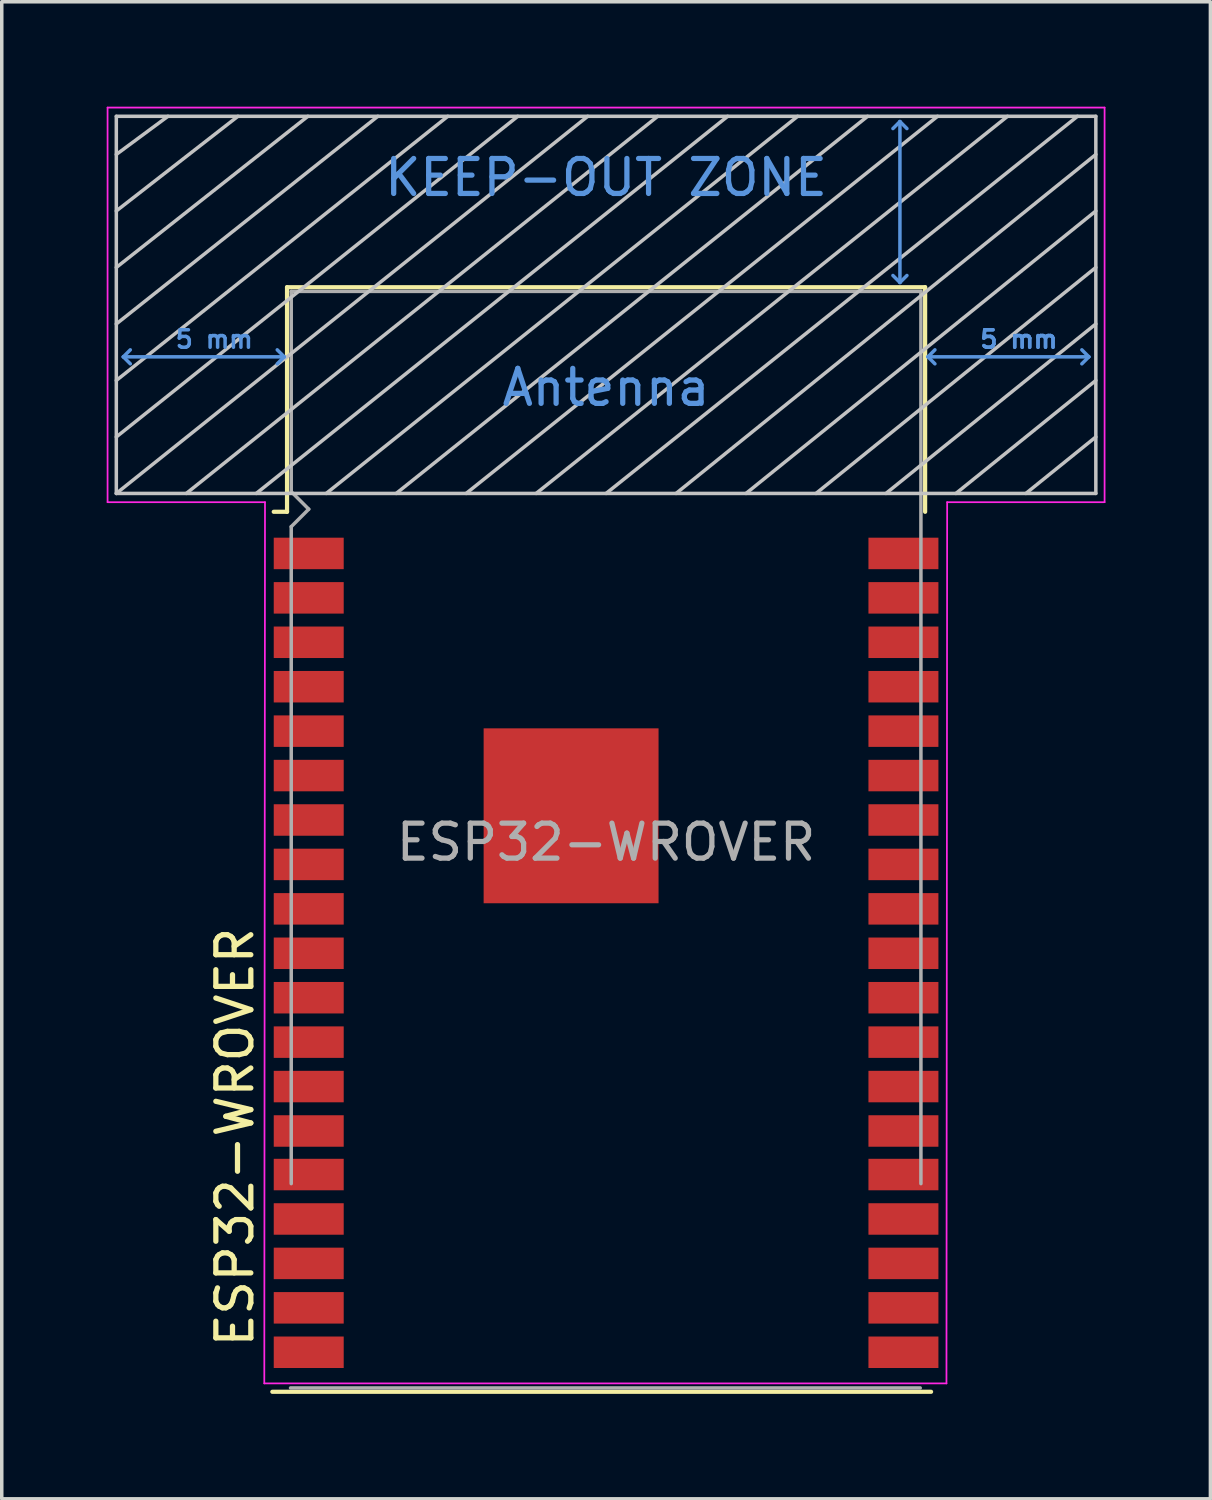
<source format=kicad_pcb>
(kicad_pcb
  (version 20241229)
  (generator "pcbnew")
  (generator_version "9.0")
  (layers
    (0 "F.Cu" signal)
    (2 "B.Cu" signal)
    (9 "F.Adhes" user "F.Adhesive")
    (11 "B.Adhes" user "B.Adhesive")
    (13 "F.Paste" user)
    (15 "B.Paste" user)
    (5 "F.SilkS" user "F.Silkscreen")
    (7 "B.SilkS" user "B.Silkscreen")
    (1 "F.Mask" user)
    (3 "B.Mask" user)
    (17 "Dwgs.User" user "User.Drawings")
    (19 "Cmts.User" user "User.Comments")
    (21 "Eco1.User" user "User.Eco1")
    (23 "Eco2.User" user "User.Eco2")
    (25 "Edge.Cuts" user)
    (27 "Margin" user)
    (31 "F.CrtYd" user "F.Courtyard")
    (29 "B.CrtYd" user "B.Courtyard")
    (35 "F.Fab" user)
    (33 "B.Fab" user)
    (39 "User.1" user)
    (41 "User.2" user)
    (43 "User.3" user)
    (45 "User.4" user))
  (footprint "ESP32-WROVER"
    (layer "F.Cu")
    (at 14.275 21.025)
    (property "Reference" "ESP32-WROVER" (at -10.61 8.43 90) (layer "F.SilkS") (effects (font (size 1 1) (thickness 0.15))))
    (attr smd)
    (fp_line (start -9.54 15.71) (end 9.29 15.71) (stroke (width 0.12) (type solid)) (layer "F.SilkS"))
    (fp_line (start -9.12 -15.865) (end -9.12 -9.445) (stroke (width 0.12) (type solid)) (layer "F.SilkS"))
    (fp_line (start -9.12 -15.865) (end 9.12 -15.865) (stroke (width 0.12) (type solid)) (layer "F.SilkS"))
    (fp_line (start -9.12 -9.445) (end -9.5 -9.445) (stroke (width 0.12) (type solid)) (layer "F.SilkS"))
    (fp_line (start 9.12 -15.865) (end 9.12 -9.445) (stroke (width 0.12) (type solid)) (layer "F.SilkS"))
    (fp_line (start -14 -9.97) (end -14 -20.75) (stroke (width 0.1) (type solid)) (layer "Dwgs.User"))
    (fp_line (start -12.525 -20.75) (end -14 -19.66) (stroke (width 0.1) (type solid)) (layer "Dwgs.User"))
    (fp_line (start -10.525 -20.75) (end -14 -18.045) (stroke (width 0.1) (type solid)) (layer "Dwgs.User"))
    (fp_line (start -8.525 -20.75) (end -14 -16.43) (stroke (width 0.1) (type solid)) (layer "Dwgs.User"))
    (fp_line (start -8 -9.97) (end 5.475 -20.75) (stroke (width 0.1) (type solid)) (layer "Dwgs.User"))
    (fp_line (start -6.525 -20.75) (end -14 -14.815) (stroke (width 0.1) (type solid)) (layer "Dwgs.User"))
    (fp_line (start -4.525 -20.75) (end -14 -13.2) (stroke (width 0.1) (type solid)) (layer "Dwgs.User"))
    (fp_line (start -2.525 -20.75) (end -14 -11.585) (stroke (width 0.1) (type solid)) (layer "Dwgs.User"))
    (fp_line (start -0.525 -20.75) (end -14 -9.97) (stroke (width 0.1) (type solid)) (layer "Dwgs.User"))
    (fp_line (start 1.475 -20.75) (end -12 -9.97) (stroke (width 0.1) (type solid)) (layer "Dwgs.User"))
    (fp_line (start 3.475 -20.75) (end -10 -9.97) (stroke (width 0.1) (type solid)) (layer "Dwgs.User"))
    (fp_line (start 7.475 -20.75) (end -6 -9.97) (stroke (width 0.1) (type solid)) (layer "Dwgs.User"))
    (fp_line (start 9.475 -20.75) (end -4 -9.97) (stroke (width 0.1) (type solid)) (layer "Dwgs.User"))
    (fp_line (start 11.475 -20.75) (end -2 -9.97) (stroke (width 0.1) (type solid)) (layer "Dwgs.User"))
    (fp_line (start 13.475 -20.75) (end 0 -9.97) (stroke (width 0.1) (type solid)) (layer "Dwgs.User"))
    (fp_line (start 14 -20.75) (end -14 -20.75) (stroke (width 0.1) (type solid)) (layer "Dwgs.User"))
    (fp_line (start 14 -19.66) (end 2 -9.97) (stroke (width 0.1) (type solid)) (layer "Dwgs.User"))
    (fp_line (start 14 -18.045) (end 4 -9.97) (stroke (width 0.1) (type solid)) (layer "Dwgs.User"))
    (fp_line (start 14 -16.43) (end 6 -9.97) (stroke (width 0.1) (type solid)) (layer "Dwgs.User"))
    (fp_line (start 14 -14.815) (end 8 -9.97) (stroke (width 0.1) (type solid)) (layer "Dwgs.User"))
    (fp_line (start 14 -13.2) (end 10 -9.97) (stroke (width 0.1) (type solid)) (layer "Dwgs.User"))
    (fp_line (start 14 -11.585) (end 12 -9.97) (stroke (width 0.1) (type solid)) (layer "Dwgs.User"))
    (fp_line (start 14 -9.97) (end -14 -9.97) (stroke (width 0.1) (type solid)) (layer "Dwgs.User"))
    (fp_line (start 14 -9.97) (end 14 -20.75) (stroke (width 0.1) (type solid)) (layer "Dwgs.User"))
    (fp_line (start -13.8 -13.875) (end -13.6 -14.075) (stroke (width 0.1) (type solid)) (layer "Cmts.User"))
    (fp_line (start -13.8 -13.875) (end -13.6 -13.675) (stroke (width 0.1) (type solid)) (layer "Cmts.User"))
    (fp_line (start -13.8 -13.875) (end -9.2 -13.875) (stroke (width 0.1) (type solid)) (layer "Cmts.User"))
    (fp_line (start -9.2 -13.875) (end -9.4 -14.075) (stroke (width 0.1) (type solid)) (layer "Cmts.User"))
    (fp_line (start -9.2 -13.875) (end -9.4 -13.675) (stroke (width 0.1) (type solid)) (layer "Cmts.User"))
    (fp_line (start 8.4 -20.6) (end 8.2 -20.4) (stroke (width 0.1) (type solid)) (layer "Cmts.User"))
    (fp_line (start 8.4 -20.6) (end 8.6 -20.4) (stroke (width 0.1) (type solid)) (layer "Cmts.User"))
    (fp_line (start 8.4 -16) (end 8.2 -16.2) (stroke (width 0.1) (type solid)) (layer "Cmts.User"))
    (fp_line (start 8.4 -16) (end 8.4 -20.6) (stroke (width 0.1) (type solid)) (layer "Cmts.User"))
    (fp_line (start 8.4 -16) (end 8.6 -16.2) (stroke (width 0.1) (type solid)) (layer "Cmts.User"))
    (fp_line (start 9.2 -13.875) (end 9.4 -14.075) (stroke (width 0.1) (type solid)) (layer "Cmts.User"))
    (fp_line (start 9.2 -13.875) (end 9.4 -13.675) (stroke (width 0.1) (type solid)) (layer "Cmts.User"))
    (fp_line (start 9.2 -13.875) (end 13.8 -13.875) (stroke (width 0.1) (type solid)) (layer "Cmts.User"))
    (fp_line (start 13.8 -13.875) (end 13.6 -14.075) (stroke (width 0.1) (type solid)) (layer "Cmts.User"))
    (fp_line (start 13.8 -13.875) (end 13.6 -13.675) (stroke (width 0.1) (type solid)) (layer "Cmts.User"))
    (fp_line (start -14.25 -21) (end -14.25 -9.72) (stroke (width 0.05) (type solid)) (layer "F.CrtYd"))
    (fp_line (start -14.25 -21) (end 14.25 -21) (stroke (width 0.05) (type solid)) (layer "F.CrtYd"))
    (fp_line (start -14.25 -9.72) (end -9.75 -9.72) (stroke (width 0.05) (type solid)) (layer "F.CrtYd"))
    (fp_line (start -9.77 15.47) (end -9.75 -9.72) (stroke (width 0.05) (type solid)) (layer "F.CrtYd"))
    (fp_line (start -9.77 15.47) (end 9.73 15.47) (stroke (width 0.05) (type solid)) (layer "F.CrtYd"))
    (fp_line (start 9.75 -9.72) (end 9.73 15.47) (stroke (width 0.05) (type solid)) (layer "F.CrtYd"))
    (fp_line (start 9.75 -9.72) (end 14.25 -9.72) (stroke (width 0.05) (type solid)) (layer "F.CrtYd"))
    (fp_line (start 14.25 -21) (end 14.25 -9.72) (stroke (width 0.05) (type solid)) (layer "F.CrtYd"))
    (fp_line (start -9.02 15.6) (end 8.98 15.6) (stroke (width 0.1) (type solid)) (layer "F.Fab"))
    (fp_line (start -9 -15.745) (end -9 -10.02) (stroke (width 0.1) (type solid)) (layer "F.Fab"))
    (fp_line (start -9 -15.745) (end 9 -15.745) (stroke (width 0.1) (type solid)) (layer "F.Fab"))
    (fp_line (start -9 -9.02) (end -9 9.76) (stroke (width 0.1) (type solid)) (layer "F.Fab"))
    (fp_line (start -9 -9.02) (end -8.5 -9.52) (stroke (width 0.1) (type solid)) (layer "F.Fab"))
    (fp_line (start -8.5 -9.52) (end -9 -10.02) (stroke (width 0.1) (type solid)) (layer "F.Fab"))
    (fp_line (start 9 9.76) (end 9 -15.745) (stroke (width 0.1) (type solid)) (layer "F.Fab"))
    (fp_text user "Antenna" (at 0 -13 180) (layer "Cmts.User") (effects (font (size 1 1) (thickness 0.15))))
    (fp_text user "KEEP-OUT ZONE" (at 0 -19 180) (layer "Cmts.User") (effects (font (size 1 1) (thickness 0.15))))
    (fp_text user "5 mm" (at 11.8 -14.375 180) (layer "Cmts.User") (effects (font (size 0.5 0.5) (thickness 0.1))))
    (fp_text user "5 mm" (at -11.2 -14.375 180) (layer "Cmts.User") (effects (font (size 0.5 0.5) (thickness 0.1))))
    (fp_text user "5 mm" (at 11.8 -14.375 180) (layer "Cmts.User") (effects (font (size 0.5 0.5) (thickness 0.1))))
    (fp_text user "${REFERENCE}" (at 0 0 180) (layer "F.Fab") (effects (font (size 1 1) (thickness 0.15))))
    (pad "1" smd rect (at -8.5 -8.255) (size 2 0.9) (layers "F.Cu" "F.Mask" "F.Paste"))
    (pad "2" smd rect (at -8.5 -6.985) (size 2 0.9) (layers "F.Cu" "F.Mask" "F.Paste"))
    (pad "3" smd rect (at -8.5 -5.715) (size 2 0.9) (layers "F.Cu" "F.Mask" "F.Paste"))
    (pad "4" smd rect (at -8.5 -4.445) (size 2 0.9) (layers "F.Cu" "F.Mask" "F.Paste"))
    (pad "5" smd rect (at -8.5 -3.175) (size 2 0.9) (layers "F.Cu" "F.Mask" "F.Paste"))
    (pad "6" smd rect (at -8.5 -1.905) (size 2 0.9) (layers "F.Cu" "F.Mask" "F.Paste"))
    (pad "7" smd rect (at -8.5 -0.635) (size 2 0.9) (layers "F.Cu" "F.Mask" "F.Paste"))
    (pad "8" smd rect (at -8.5 0.635) (size 2 0.9) (layers "F.Cu" "F.Mask" "F.Paste"))
    (pad "9" smd rect (at -8.5 1.905) (size 2 0.9) (layers "F.Cu" "F.Mask" "F.Paste"))
    (pad "10" smd rect (at -8.5 3.175) (size 2 0.9) (layers "F.Cu" "F.Mask" "F.Paste"))
    (pad "11" smd rect (at -8.5 4.445) (size 2 0.9) (layers "F.Cu" "F.Mask" "F.Paste"))
    (pad "12" smd rect (at -8.5 5.715) (size 2 0.9) (layers "F.Cu" "F.Mask" "F.Paste"))
    (pad "13" smd rect (at -8.5 6.985) (size 2 0.9) (layers "F.Cu" "F.Mask" "F.Paste"))
    (pad "14" smd rect (at -8.5 8.255) (size 2 0.9) (layers "F.Cu" "F.Mask" "F.Paste"))
    (pad "15" smd rect (at -8.5 9.5 180) (size 2 0.9) (layers "F.Cu" "F.Mask" "F.Paste"))
    (pad "16" smd rect (at -8.5 10.77 180) (size 2 0.9) (layers "F.Cu" "F.Mask" "F.Paste"))
    (pad "17" smd rect (at -8.5 12.04 180) (size 2 0.9) (layers "F.Cu" "F.Mask" "F.Paste"))
    (pad "18" smd rect (at -8.5 13.31 180) (size 2 0.9) (layers "F.Cu" "F.Mask" "F.Paste"))
    (pad "19" smd rect (at -8.5 14.58 180) (size 2 0.9) (layers "F.Cu" "F.Mask" "F.Paste"))
    (pad "20" smd rect (at 8.5 14.58 180) (size 2 0.9) (layers "F.Cu" "F.Mask" "F.Paste"))
    (pad "21" smd rect (at 8.5 13.31 180) (size 2 0.9) (layers "F.Cu" "F.Mask" "F.Paste"))
    (pad "22" smd rect (at 8.5 12.04 180) (size 2 0.9) (layers "F.Cu" "F.Mask" "F.Paste"))
    (pad "23" smd rect (at 8.5 10.77 180) (size 2 0.9) (layers "F.Cu" "F.Mask" "F.Paste"))
    (pad "24" smd rect (at 8.5 9.5 180) (size 2 0.9) (layers "F.Cu" "F.Mask" "F.Paste"))
    (pad "25" smd rect (at 8.5 8.255) (size 2 0.9) (layers "F.Cu" "F.Mask" "F.Paste"))
    (pad "26" smd rect (at 8.5 6.985) (size 2 0.9) (layers "F.Cu" "F.Mask" "F.Paste"))
    (pad "27" smd rect (at 8.5 5.715) (size 2 0.9) (layers "F.Cu" "F.Mask" "F.Paste"))
    (pad "28" smd rect (at 8.5 4.445) (size 2 0.9) (layers "F.Cu" "F.Mask" "F.Paste"))
    (pad "29" smd rect (at 8.5 3.175) (size 2 0.9) (layers "F.Cu" "F.Mask" "F.Paste"))
    (pad "30" smd rect (at 8.5 1.905) (size 2 0.9) (layers "F.Cu" "F.Mask" "F.Paste"))
    (pad "31" smd rect (at 8.5 0.635) (size 2 0.9) (layers "F.Cu" "F.Mask" "F.Paste"))
    (pad "32" smd rect (at 8.5 -0.635) (size 2 0.9) (layers "F.Cu" "F.Mask" "F.Paste"))
    (pad "33" smd rect (at 8.5 -1.905) (size 2 0.9) (layers "F.Cu" "F.Mask" "F.Paste"))
    (pad "34" smd rect (at 8.5 -3.175) (size 2 0.9) (layers "F.Cu" "F.Mask" "F.Paste"))
    (pad "35" smd rect (at 8.5 -4.445) (size 2 0.9) (layers "F.Cu" "F.Mask" "F.Paste"))
    (pad "36" smd rect (at 8.5 -5.715) (size 2 0.9) (layers "F.Cu" "F.Mask" "F.Paste"))
    (pad "37" smd rect (at 8.5 -6.985) (size 2 0.9) (layers "F.Cu" "F.Mask" "F.Paste"))
    (pad "38" smd rect (at 8.5 -8.255) (size 2 0.9) (layers "F.Cu" "F.Mask" "F.Paste"))
    (pad "39" smd rect (at -1 -0.755) (size 5 5) (layers "F.Cu" "F.Mask" "F.Paste")))
  (gr_rect
    (start -3 -3)
    (end 31.55 39.795)
    (stroke (width 0.1) (type default))
    (fill no)
    (layer "Edge.Cuts")))
</source>
